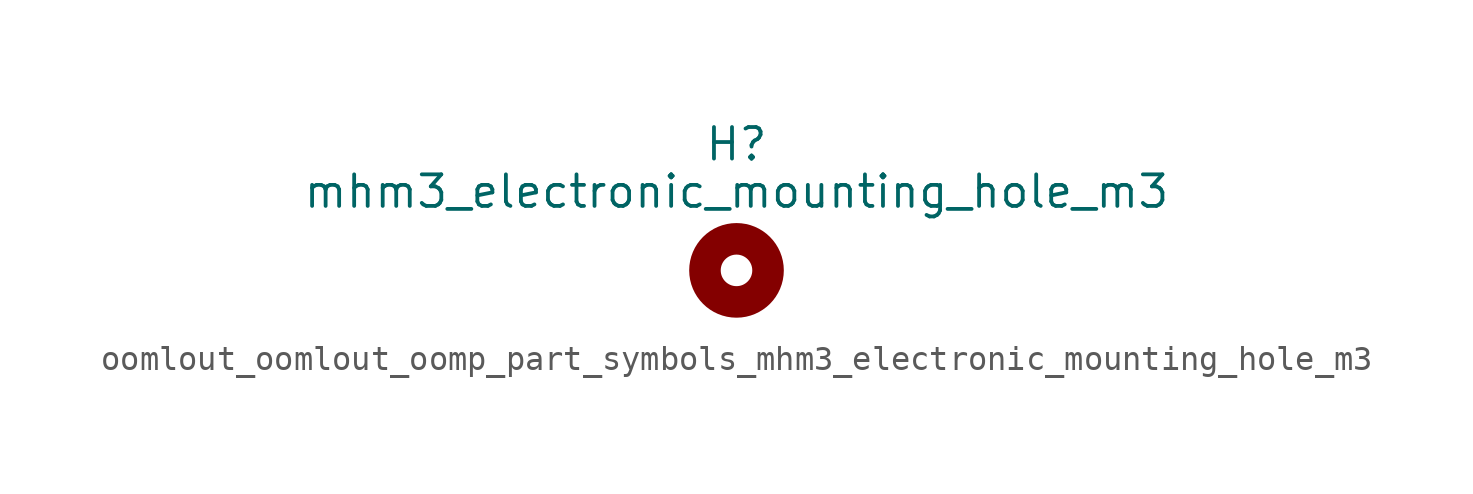
<source format=kicad_sym>
(kicad_symbol_lib
  (version 20220914)
  (generator kicad_symbol_editor)
  (symbol "oomlout_oomlout_oomp_part_symbols_mhm3_electronic_mounting_hole_m3"
    (pin_names
      (offset 1.016))
    (property "Reference" "H"
      (at 0 5.08 0)
      (effects (font (size 1.27 1.27))))
    (property "Value" "mhm3_electronic_mounting_hole_m3"
      (at 0 3.175 0)
      (effects (font (size 1.27 1.27))))
    (symbol "oomlout_oomlout_oomp_part_symbols_mhm3_electronic_mounting_hole_m3_0_1"
      (circle (center 0 0) (radius 1.27) (stroke (width 1.27) (type default)) (fill (type none))))))
</source>
